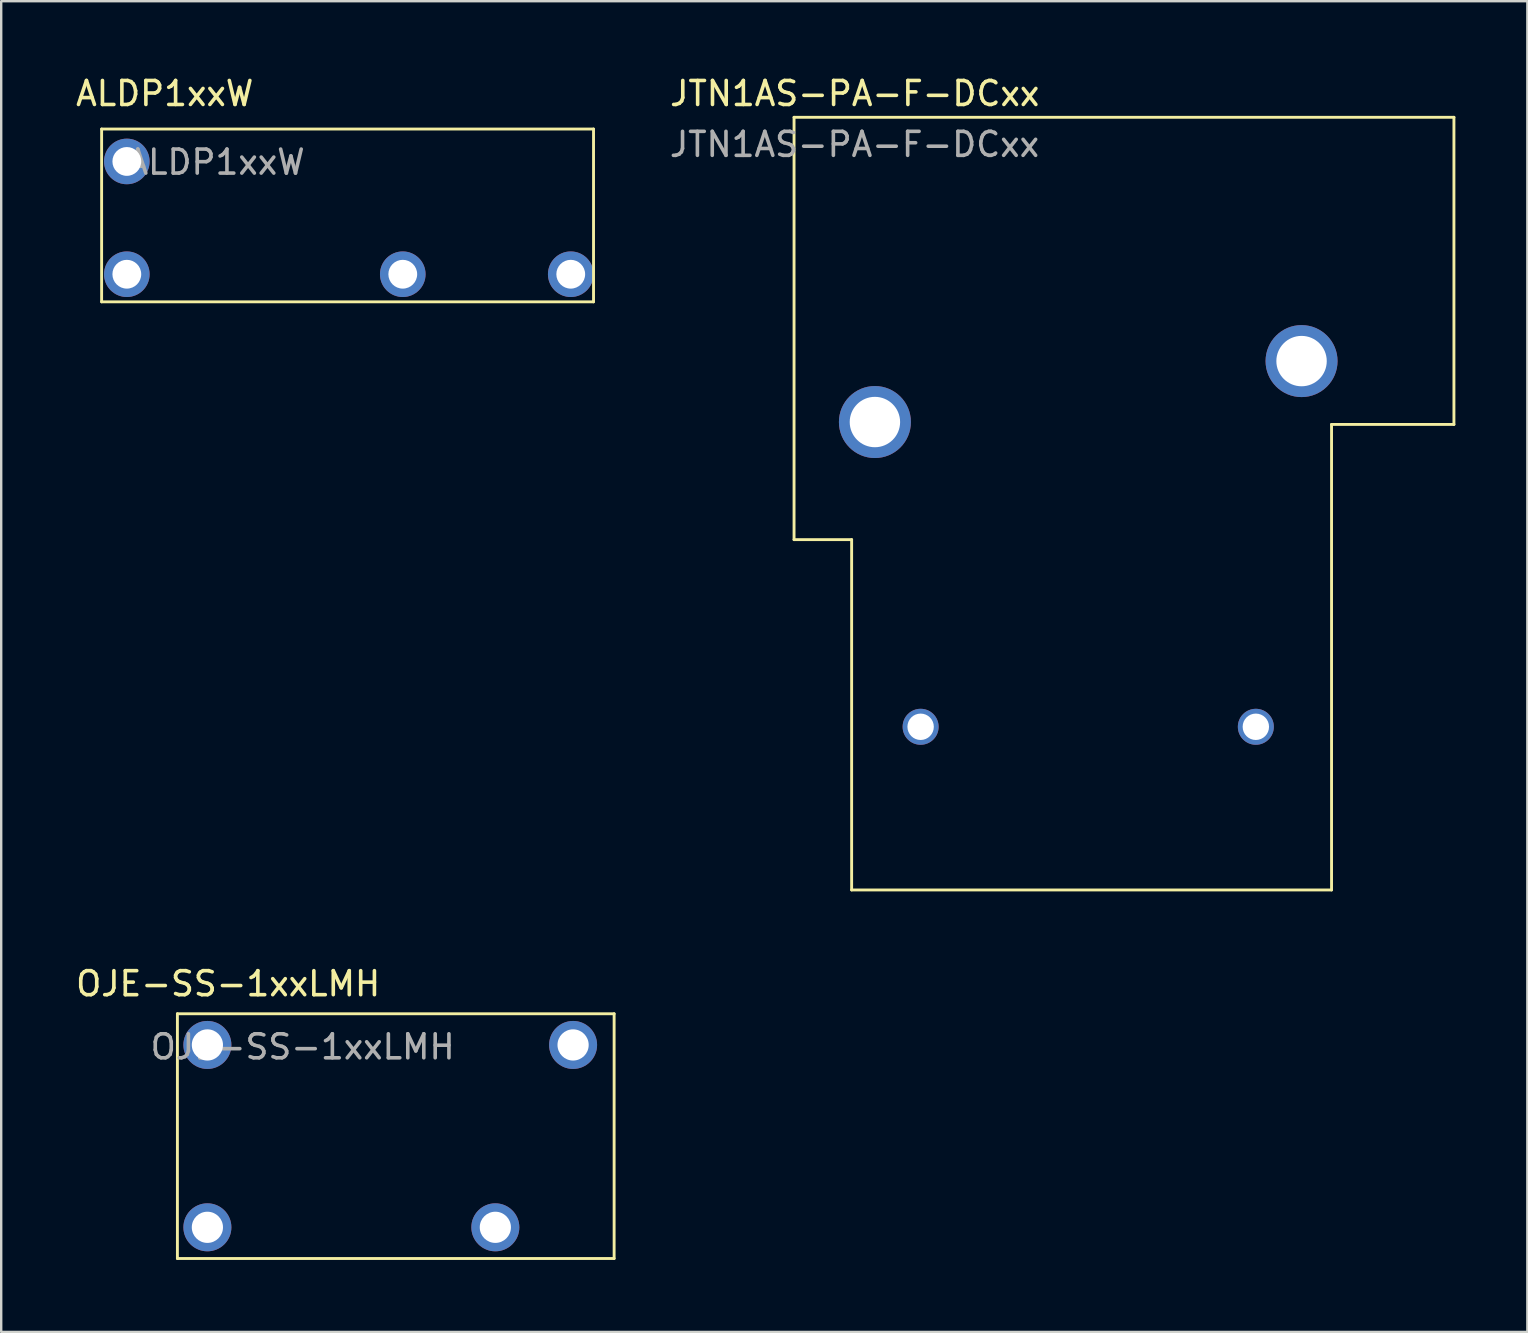
<source format=kicad_pcb>
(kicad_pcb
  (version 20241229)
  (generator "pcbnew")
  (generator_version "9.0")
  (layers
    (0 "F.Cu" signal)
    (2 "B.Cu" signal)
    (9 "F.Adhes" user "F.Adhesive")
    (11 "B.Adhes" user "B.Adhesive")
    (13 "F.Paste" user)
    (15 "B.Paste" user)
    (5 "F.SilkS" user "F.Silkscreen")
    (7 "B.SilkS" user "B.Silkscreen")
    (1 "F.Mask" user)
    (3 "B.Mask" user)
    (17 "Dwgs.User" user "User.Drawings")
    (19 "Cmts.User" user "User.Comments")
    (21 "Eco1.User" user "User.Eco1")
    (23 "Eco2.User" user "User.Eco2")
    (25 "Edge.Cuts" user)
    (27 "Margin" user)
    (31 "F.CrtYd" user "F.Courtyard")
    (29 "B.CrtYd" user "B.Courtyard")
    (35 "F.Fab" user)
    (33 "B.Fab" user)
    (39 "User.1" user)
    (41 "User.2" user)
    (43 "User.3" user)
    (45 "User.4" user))
  (footprint "OJE-SS-1xxLMH"
    (layer "F.Cu")
    (at 13.443 44.297)
    (property "Reference" "OJE-SS-1xxLMH" (at -6.985 -6.35 0) (layer "F.SilkS") (effects (font (size 1 1) (thickness 0.15))))
    (attr through_hole)
    (fp_line (start -9.1 -5.1) (end -9.1 5.1) (stroke (width 0.12) (type solid)) (layer "F.SilkS"))
    (fp_line (start -9.1 5.1) (end 9.1 5.1) (stroke (width 0.12) (type solid)) (layer "F.SilkS"))
    (fp_line (start 9.1 -5.1) (end -9.1 -5.1) (stroke (width 0.12) (type solid)) (layer "F.SilkS"))
    (fp_line (start 9.1 5.1) (end 9.1 -5.1) (stroke (width 0.12) (type solid)) (layer "F.SilkS"))
    (fp_text user "${REFERENCE}" (at -3.88 -3.72 0) (layer "F.Fab") (effects (font (size 1 1) (thickness 0.15))))
    (pad "1" thru_hole circle (at 4.15 3.8) (size 2 2) (drill 1.3) (layers "*.Cu" "*.Mask"))
    (pad "2" thru_hole circle (at 7.39 -3.8) (size 2 2) (drill 1.3) (layers "*.Cu" "*.Mask"))
    (pad "3" thru_hole circle (at -7.85 -3.8) (size 2 2) (drill 1.3) (layers "*.Cu" "*.Mask"))
    (pad "4" thru_hole circle (at -7.85 3.8) (size 2 2) (drill 1.3) (layers "*.Cu" "*.Mask")))
  (footprint "ALDP1xxW"
    (layer "F.Cu")
    (at 11.435 5.928)
    (property "Reference" "ALDP1xxW" (at -7.62 -5.08 0) (layer "F.SilkS") (effects (font (size 1 1) (thickness 0.15))))
    (attr through_hole)
    (fp_line (start -10.25 -3.6) (end -10.25 3.6) (stroke (width 0.12) (type solid)) (layer "F.SilkS"))
    (fp_line (start -10.25 3.6) (end 10.25 3.6) (stroke (width 0.12) (type solid)) (layer "F.SilkS"))
    (fp_line (start 10.25 -3.6) (end -10.25 -3.6) (stroke (width 0.12) (type solid)) (layer "F.SilkS"))
    (fp_line (start 10.25 3.6) (end 10.25 -3.6) (stroke (width 0.12) (type solid)) (layer "F.SilkS"))
    (fp_text user "${REFERENCE}" (at -5.48 -2.22 0) (layer "F.Fab") (effects (font (size 1 1) (thickness 0.15))))
    (pad "1" thru_hole circle (at 2.3 2.45) (size 1.9 1.9) (drill 1.2) (layers "*.Cu" "*.Mask"))
    (pad "2" thru_hole circle (at 9.3 2.45) (size 1.9 1.9) (drill 1.2) (layers "*.Cu" "*.Mask"))
    (pad "3" thru_hole circle (at -9.2 2.45) (size 1.9 1.9) (drill 1.2) (layers "*.Cu" "*.Mask"))
    (pad "4" thru_hole circle (at -9.2 -2.25) (size 1.9 1.9) (drill 1.2) (layers "*.Cu" "*.Mask")))
  (footprint "JTN1AS-PA-F-DCxx"
    (layer "F.Cu")
    (at 41.441 15.588)
    (property "Reference" "JTN1AS-PA-F-DCxx" (at -8.87 -14.74 0) (layer "F.SilkS") (effects (font (size 1 1) (thickness 0.15))))
    (attr through_hole)
    (fp_line (start -11.4 -13.75) (end 16.1 -13.75) (stroke (width 0.12) (type solid)) (layer "F.SilkS"))
    (fp_line (start -11.4 3.85) (end -11.4 -13.75) (stroke (width 0.12) (type solid)) (layer "F.SilkS"))
    (fp_line (start -9 3.85) (end -11.4 3.85) (stroke (width 0.12) (type solid)) (layer "F.SilkS"))
    (fp_line (start -9 18.45) (end -9 3.85) (stroke (width 0.12) (type solid)) (layer "F.SilkS"))
    (fp_line (start 11 -0.95) (end 11 18.45) (stroke (width 0.12) (type solid)) (layer "F.SilkS"))
    (fp_line (start 11 18.45) (end -9 18.45) (stroke (width 0.12) (type solid)) (layer "F.SilkS"))
    (fp_line (start 16.1 -13.75) (end 16.1 -0.95) (stroke (width 0.12) (type solid)) (layer "F.SilkS"))
    (fp_line (start 16.1 -0.95) (end 11 -0.95) (stroke (width 0.12) (type solid)) (layer "F.SilkS"))
    (fp_text user "${REFERENCE}" (at -8.88 -12.62 0) (layer "F.Fab") (effects (font (size 1 1) (thickness 0.15))))
    (pad "1" thru_hole circle (at -8.03 -1.05) (size 3 3) (drill 2.1) (layers "*.Cu" "*.Mask"))
    (pad "2" thru_hole circle (at 9.75 -3.59) (size 3 3) (drill 2.1) (layers "*.Cu" "*.Mask"))
    (pad "3" thru_hole circle (at -6.125 11.65) (size 1.5 1.5) (drill 1.1) (layers "*.Cu" "*.Mask"))
    (pad "4" thru_hole circle (at 7.845 11.65) (size 1.5 1.5) (drill 1.1) (layers "*.Cu" "*.Mask")))
  (gr_rect
    (start -3 -3)
    (end 60.601 52.456)
    (stroke (width 0.1) (type default))
    (fill no)
    (layer "Edge.Cuts")))
</source>
